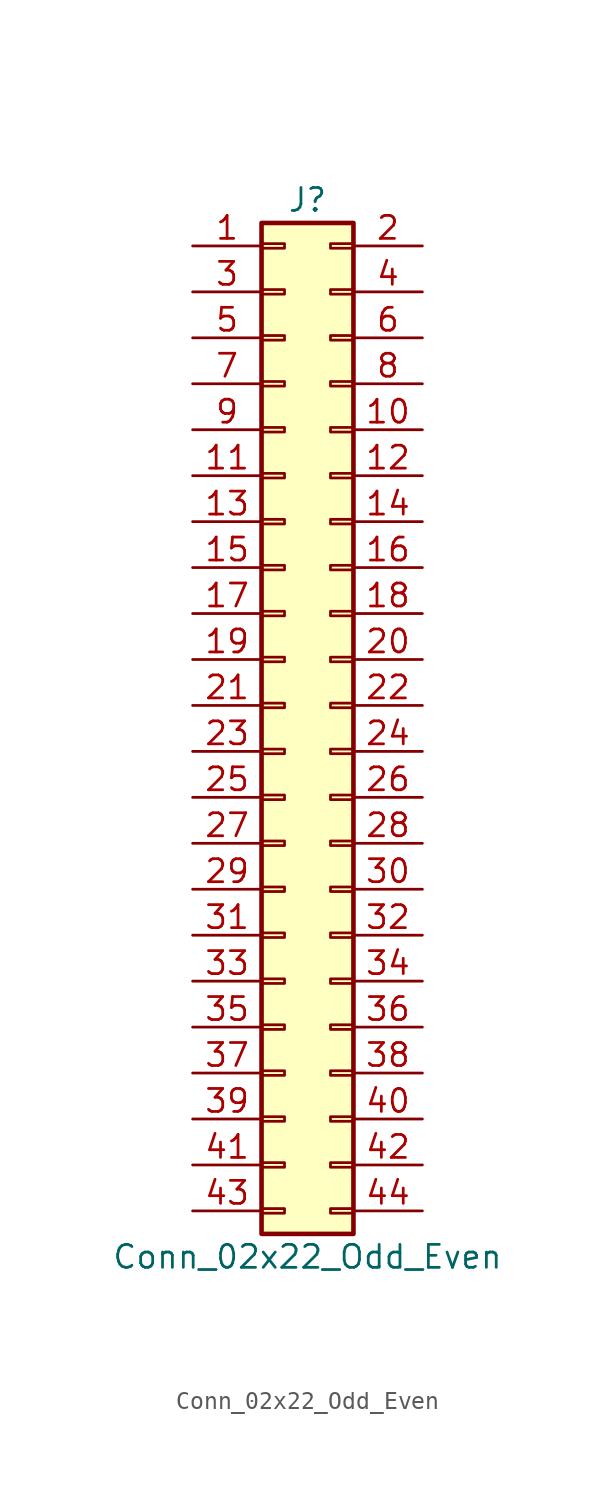
<source format=kicad_sym>
(kicad_symbol_lib
  (version 20220914)
  (generator kicad_symbol_editor)
  (symbol "Conn_02x22_Odd_Even"
    (pin_names
      (offset 1.016) hide)
    (property "Reference" "J"
      (at 1.27 27.94 0)
      (effects (font (size 1.27 1.27))))
    (property "Value" "Conn_02x22_Odd_Even"
      (at 1.27 -30.48 0)
      (effects (font (size 1.27 1.27))))
    (symbol "Conn_02x22_Odd_Even_1_1"
      (rectangle (start -1.27 -27.813) (end 0 -28.067) (stroke (width 0.152) (type default)) (fill (type none)))
      (rectangle (start -1.27 -25.273) (end 0 -25.527) (stroke (width 0.152) (type default)) (fill (type none)))
      (rectangle (start -1.27 -22.733) (end 0 -22.987) (stroke (width 0.152) (type default)) (fill (type none)))
      (rectangle (start -1.27 -20.193) (end 0 -20.447) (stroke (width 0.152) (type default)) (fill (type none)))
      (rectangle (start -1.27 -17.653) (end 0 -17.907) (stroke (width 0.152) (type default)) (fill (type none)))
      (rectangle (start -1.27 -15.113) (end 0 -15.367) (stroke (width 0.152) (type default)) (fill (type none)))
      (rectangle (start -1.27 -12.573) (end 0 -12.827) (stroke (width 0.152) (type default)) (fill (type none)))
      (rectangle (start -1.27 -10.033) (end 0 -10.287) (stroke (width 0.152) (type default)) (fill (type none)))
      (rectangle (start -1.27 -7.493) (end 0 -7.747) (stroke (width 0.152) (type default)) (fill (type none)))
      (rectangle (start -1.27 -4.953) (end 0 -5.207) (stroke (width 0.152) (type default)) (fill (type none)))
      (rectangle (start -1.27 -2.413) (end 0 -2.667) (stroke (width 0.152) (type default)) (fill (type none)))
      (rectangle (start -1.27 0.127) (end 0 -0.127) (stroke (width 0.152) (type default)) (fill (type none)))
      (rectangle (start -1.27 2.667) (end 0 2.413) (stroke (width 0.152) (type default)) (fill (type none)))
      (rectangle (start -1.27 5.207) (end 0 4.953) (stroke (width 0.152) (type default)) (fill (type none)))
      (rectangle (start -1.27 7.747) (end 0 7.493) (stroke (width 0.152) (type default)) (fill (type none)))
      (rectangle (start -1.27 10.287) (end 0 10.033) (stroke (width 0.152) (type default)) (fill (type none)))
      (rectangle (start -1.27 12.827) (end 0 12.573) (stroke (width 0.152) (type default)) (fill (type none)))
      (rectangle (start -1.27 15.367) (end 0 15.113) (stroke (width 0.152) (type default)) (fill (type none)))
      (rectangle (start -1.27 17.907) (end 0 17.653) (stroke (width 0.152) (type default)) (fill (type none)))
      (rectangle (start -1.27 20.447) (end 0 20.193) (stroke (width 0.152) (type default)) (fill (type none)))
      (rectangle (start -1.27 22.987) (end 0 22.733) (stroke (width 0.152) (type default)) (fill (type none)))
      (rectangle (start -1.27 25.527) (end 0 25.273) (stroke (width 0.152) (type default)) (fill (type none)))
      (rectangle (start -1.27 26.67) (end 3.81 -29.21) (stroke (width 0.254) (type default)) (fill (type background)))
      (rectangle (start 3.81 -27.813) (end 2.54 -28.067) (stroke (width 0.152) (type default)) (fill (type none)))
      (rectangle (start 3.81 -25.273) (end 2.54 -25.527) (stroke (width 0.152) (type default)) (fill (type none)))
      (rectangle (start 3.81 -22.733) (end 2.54 -22.987) (stroke (width 0.152) (type default)) (fill (type none)))
      (rectangle (start 3.81 -20.193) (end 2.54 -20.447) (stroke (width 0.152) (type default)) (fill (type none)))
      (rectangle (start 3.81 -17.653) (end 2.54 -17.907) (stroke (width 0.152) (type default)) (fill (type none)))
      (rectangle (start 3.81 -15.113) (end 2.54 -15.367) (stroke (width 0.152) (type default)) (fill (type none)))
      (rectangle (start 3.81 -12.573) (end 2.54 -12.827) (stroke (width 0.152) (type default)) (fill (type none)))
      (rectangle (start 3.81 -10.033) (end 2.54 -10.287) (stroke (width 0.152) (type default)) (fill (type none)))
      (rectangle (start 3.81 -7.493) (end 2.54 -7.747) (stroke (width 0.152) (type default)) (fill (type none)))
      (rectangle (start 3.81 -4.953) (end 2.54 -5.207) (stroke (width 0.152) (type default)) (fill (type none)))
      (rectangle (start 3.81 -2.413) (end 2.54 -2.667) (stroke (width 0.152) (type default)) (fill (type none)))
      (rectangle (start 3.81 0.127) (end 2.54 -0.127) (stroke (width 0.152) (type default)) (fill (type none)))
      (rectangle (start 3.81 2.667) (end 2.54 2.413) (stroke (width 0.152) (type default)) (fill (type none)))
      (rectangle (start 3.81 5.207) (end 2.54 4.953) (stroke (width 0.152) (type default)) (fill (type none)))
      (rectangle (start 3.81 7.747) (end 2.54 7.493) (stroke (width 0.152) (type default)) (fill (type none)))
      (rectangle (start 3.81 10.287) (end 2.54 10.033) (stroke (width 0.152) (type default)) (fill (type none)))
      (rectangle (start 3.81 12.827) (end 2.54 12.573) (stroke (width 0.152) (type default)) (fill (type none)))
      (rectangle (start 3.81 15.367) (end 2.54 15.113) (stroke (width 0.152) (type default)) (fill (type none)))
      (rectangle (start 3.81 17.907) (end 2.54 17.653) (stroke (width 0.152) (type default)) (fill (type none)))
      (rectangle (start 3.81 20.447) (end 2.54 20.193) (stroke (width 0.152) (type default)) (fill (type none)))
      (rectangle (start 3.81 22.987) (end 2.54 22.733) (stroke (width 0.152) (type default)) (fill (type none)))
      (rectangle (start 3.81 25.527) (end 2.54 25.273) (stroke (width 0.152) (type default)) (fill (type none)))
      (pin passive line (at -5.08 25.4 0) (length 3.81) (name "Pin_1" (effects (font (size 1.27 1.27)))) (number "1" (effects (font (size 1.27 1.27)))))
      (pin passive line (at 7.62 15.24 180) (length 3.81) (name "Pin_10" (effects (font (size 1.27 1.27)))) (number "10" (effects (font (size 1.27 1.27)))))
      (pin passive line (at -5.08 12.7 0) (length 3.81) (name "Pin_11" (effects (font (size 1.27 1.27)))) (number "11" (effects (font (size 1.27 1.27)))))
      (pin passive line (at 7.62 12.7 180) (length 3.81) (name "Pin_12" (effects (font (size 1.27 1.27)))) (number "12" (effects (font (size 1.27 1.27)))))
      (pin passive line (at -5.08 10.16 0) (length 3.81) (name "Pin_13" (effects (font (size 1.27 1.27)))) (number "13" (effects (font (size 1.27 1.27)))))
      (pin passive line (at 7.62 10.16 180) (length 3.81) (name "Pin_14" (effects (font (size 1.27 1.27)))) (number "14" (effects (font (size 1.27 1.27)))))
      (pin passive line (at -5.08 7.62 0) (length 3.81) (name "Pin_15" (effects (font (size 1.27 1.27)))) (number "15" (effects (font (size 1.27 1.27)))))
      (pin passive line (at 7.62 7.62 180) (length 3.81) (name "Pin_16" (effects (font (size 1.27 1.27)))) (number "16" (effects (font (size 1.27 1.27)))))
      (pin passive line (at -5.08 5.08 0) (length 3.81) (name "Pin_17" (effects (font (size 1.27 1.27)))) (number "17" (effects (font (size 1.27 1.27)))))
      (pin passive line (at 7.62 5.08 180) (length 3.81) (name "Pin_18" (effects (font (size 1.27 1.27)))) (number "18" (effects (font (size 1.27 1.27)))))
      (pin passive line (at -5.08 2.54 0) (length 3.81) (name "Pin_19" (effects (font (size 1.27 1.27)))) (number "19" (effects (font (size 1.27 1.27)))))
      (pin passive line (at 7.62 25.4 180) (length 3.81) (name "Pin_2" (effects (font (size 1.27 1.27)))) (number "2" (effects (font (size 1.27 1.27)))))
      (pin passive line (at 7.62 2.54 180) (length 3.81) (name "Pin_20" (effects (font (size 1.27 1.27)))) (number "20" (effects (font (size 1.27 1.27)))))
      (pin passive line (at -5.08 0 0) (length 3.81) (name "Pin_21" (effects (font (size 1.27 1.27)))) (number "21" (effects (font (size 1.27 1.27)))))
      (pin passive line (at 7.62 0 180) (length 3.81) (name "Pin_22" (effects (font (size 1.27 1.27)))) (number "22" (effects (font (size 1.27 1.27)))))
      (pin passive line (at -5.08 -2.54 0) (length 3.81) (name "Pin_23" (effects (font (size 1.27 1.27)))) (number "23" (effects (font (size 1.27 1.27)))))
      (pin passive line (at 7.62 -2.54 180) (length 3.81) (name "Pin_24" (effects (font (size 1.27 1.27)))) (number "24" (effects (font (size 1.27 1.27)))))
      (pin passive line (at -5.08 -5.08 0) (length 3.81) (name "Pin_25" (effects (font (size 1.27 1.27)))) (number "25" (effects (font (size 1.27 1.27)))))
      (pin passive line (at 7.62 -5.08 180) (length 3.81) (name "Pin_26" (effects (font (size 1.27 1.27)))) (number "26" (effects (font (size 1.27 1.27)))))
      (pin passive line (at -5.08 -7.62 0) (length 3.81) (name "Pin_27" (effects (font (size 1.27 1.27)))) (number "27" (effects (font (size 1.27 1.27)))))
      (pin passive line (at 7.62 -7.62 180) (length 3.81) (name "Pin_28" (effects (font (size 1.27 1.27)))) (number "28" (effects (font (size 1.27 1.27)))))
      (pin passive line (at -5.08 -10.16 0) (length 3.81) (name "Pin_29" (effects (font (size 1.27 1.27)))) (number "29" (effects (font (size 1.27 1.27)))))
      (pin passive line (at -5.08 22.86 0) (length 3.81) (name "Pin_3" (effects (font (size 1.27 1.27)))) (number "3" (effects (font (size 1.27 1.27)))))
      (pin passive line (at 7.62 -10.16 180) (length 3.81) (name "Pin_30" (effects (font (size 1.27 1.27)))) (number "30" (effects (font (size 1.27 1.27)))))
      (pin passive line (at -5.08 -12.7 0) (length 3.81) (name "Pin_31" (effects (font (size 1.27 1.27)))) (number "31" (effects (font (size 1.27 1.27)))))
      (pin passive line (at 7.62 -12.7 180) (length 3.81) (name "Pin_32" (effects (font (size 1.27 1.27)))) (number "32" (effects (font (size 1.27 1.27)))))
      (pin passive line (at -5.08 -15.24 0) (length 3.81) (name "Pin_33" (effects (font (size 1.27 1.27)))) (number "33" (effects (font (size 1.27 1.27)))))
      (pin passive line (at 7.62 -15.24 180) (length 3.81) (name "Pin_34" (effects (font (size 1.27 1.27)))) (number "34" (effects (font (size 1.27 1.27)))))
      (pin passive line (at -5.08 -17.78 0) (length 3.81) (name "Pin_35" (effects (font (size 1.27 1.27)))) (number "35" (effects (font (size 1.27 1.27)))))
      (pin passive line (at 7.62 -17.78 180) (length 3.81) (name "Pin_36" (effects (font (size 1.27 1.27)))) (number "36" (effects (font (size 1.27 1.27)))))
      (pin passive line (at -5.08 -20.32 0) (length 3.81) (name "Pin_37" (effects (font (size 1.27 1.27)))) (number "37" (effects (font (size 1.27 1.27)))))
      (pin passive line (at 7.62 -20.32 180) (length 3.81) (name "Pin_38" (effects (font (size 1.27 1.27)))) (number "38" (effects (font (size 1.27 1.27)))))
      (pin passive line (at -5.08 -22.86 0) (length 3.81) (name "Pin_39" (effects (font (size 1.27 1.27)))) (number "39" (effects (font (size 1.27 1.27)))))
      (pin passive line (at 7.62 22.86 180) (length 3.81) (name "Pin_4" (effects (font (size 1.27 1.27)))) (number "4" (effects (font (size 1.27 1.27)))))
      (pin passive line (at 7.62 -22.86 180) (length 3.81) (name "Pin_40" (effects (font (size 1.27 1.27)))) (number "40" (effects (font (size 1.27 1.27)))))
      (pin passive line (at -5.08 -25.4 0) (length 3.81) (name "Pin_41" (effects (font (size 1.27 1.27)))) (number "41" (effects (font (size 1.27 1.27)))))
      (pin passive line (at 7.62 -25.4 180) (length 3.81) (name "Pin_42" (effects (font (size 1.27 1.27)))) (number "42" (effects (font (size 1.27 1.27)))))
      (pin passive line (at -5.08 -27.94 0) (length 3.81) (name "Pin_43" (effects (font (size 1.27 1.27)))) (number "43" (effects (font (size 1.27 1.27)))))
      (pin passive line (at 7.62 -27.94 180) (length 3.81) (name "Pin_44" (effects (font (size 1.27 1.27)))) (number "44" (effects (font (size 1.27 1.27)))))
      (pin passive line (at -5.08 20.32 0) (length 3.81) (name "Pin_5" (effects (font (size 1.27 1.27)))) (number "5" (effects (font (size 1.27 1.27)))))
      (pin passive line (at 7.62 20.32 180) (length 3.81) (name "Pin_6" (effects (font (size 1.27 1.27)))) (number "6" (effects (font (size 1.27 1.27)))))
      (pin passive line (at -5.08 17.78 0) (length 3.81) (name "Pin_7" (effects (font (size 1.27 1.27)))) (number "7" (effects (font (size 1.27 1.27)))))
      (pin passive line (at 7.62 17.78 180) (length 3.81) (name "Pin_8" (effects (font (size 1.27 1.27)))) (number "8" (effects (font (size 1.27 1.27)))))
      (pin passive line (at -5.08 15.24 0) (length 3.81) (name "Pin_9" (effects (font (size 1.27 1.27)))) (number "9" (effects (font (size 1.27 1.27))))))))
</source>
